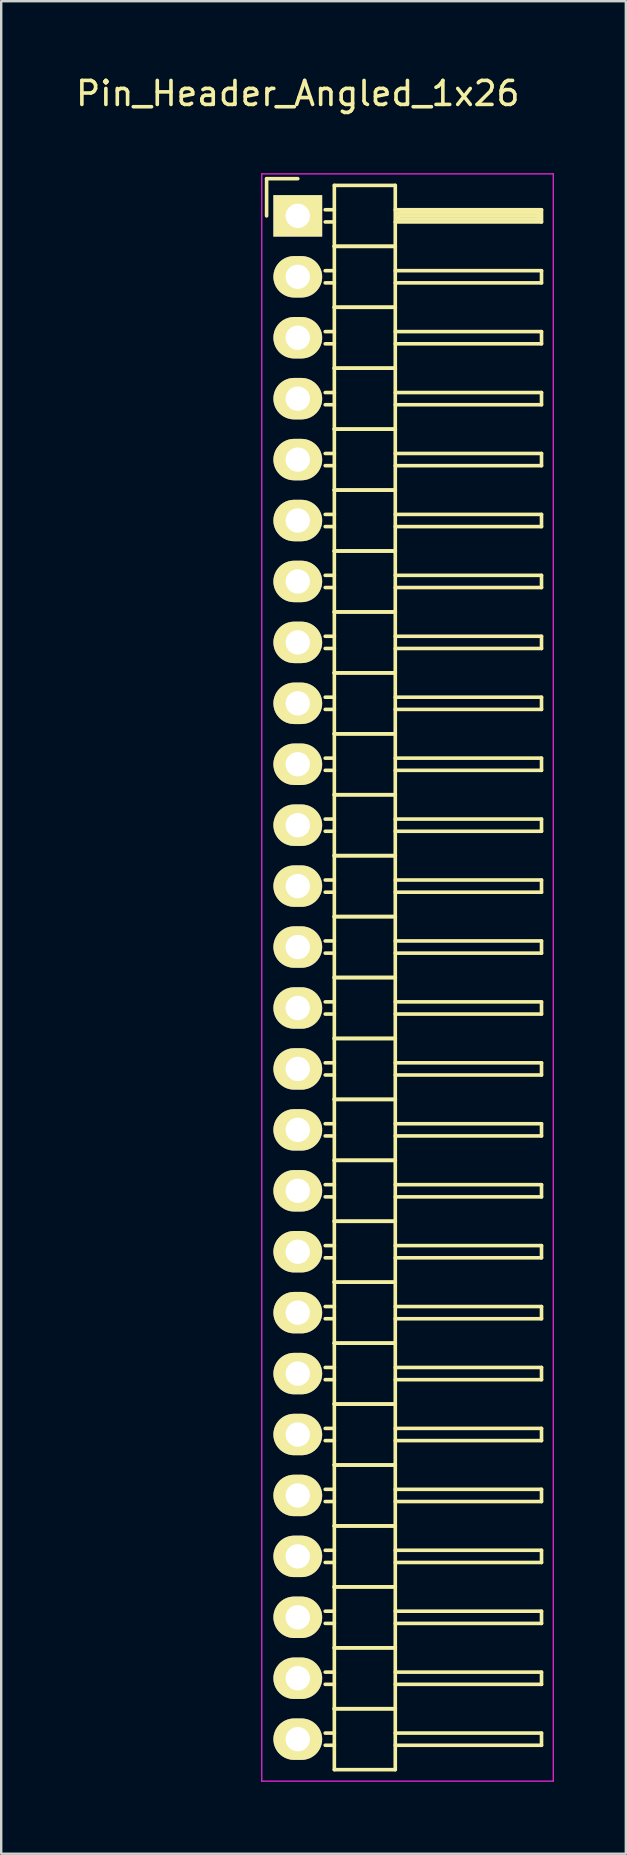
<source format=kicad_pcb>
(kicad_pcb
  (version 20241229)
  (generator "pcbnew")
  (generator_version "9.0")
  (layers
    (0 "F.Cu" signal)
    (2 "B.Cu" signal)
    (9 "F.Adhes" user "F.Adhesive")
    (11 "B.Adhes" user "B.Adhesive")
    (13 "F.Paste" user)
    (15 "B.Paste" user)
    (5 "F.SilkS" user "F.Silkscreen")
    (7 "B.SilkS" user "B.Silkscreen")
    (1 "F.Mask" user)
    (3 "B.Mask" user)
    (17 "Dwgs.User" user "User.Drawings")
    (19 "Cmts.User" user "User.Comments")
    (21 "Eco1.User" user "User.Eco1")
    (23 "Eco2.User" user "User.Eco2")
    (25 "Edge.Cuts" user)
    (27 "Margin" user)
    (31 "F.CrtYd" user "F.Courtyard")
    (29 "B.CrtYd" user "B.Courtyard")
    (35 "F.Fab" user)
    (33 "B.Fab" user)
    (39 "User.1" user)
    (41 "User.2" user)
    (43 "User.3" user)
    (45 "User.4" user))
  (footprint "Pin_Header_Angled_1x26"
    (layer "F.Cu")
    (at 9.363 5.948)
    (property "Reference" "Pin_Header_Angled_1x26" (at 0 -5.1 0) (layer "F.SilkS") (effects (font (size 1 1) (thickness 0.15))))
    (attr through_hole)
    (fp_line (start -1.3 -1.55) (end -1.3 0) (stroke (width 0.15) (type solid)) (layer "F.SilkS"))
    (fp_line (start 0 -1.55) (end -1.3 -1.55) (stroke (width 0.15) (type solid)) (layer "F.SilkS"))
    (fp_line (start 1.524 -1.27) (end 1.524 1.27) (stroke (width 0.15) (type solid)) (layer "F.SilkS"))
    (fp_line (start 1.524 -1.27) (end 4.064 -1.27) (stroke (width 0.15) (type solid)) (layer "F.SilkS"))
    (fp_line (start 1.524 -0.254) (end 1.143 -0.254) (stroke (width 0.15) (type solid)) (layer "F.SilkS"))
    (fp_line (start 1.524 0.254) (end 1.143 0.254) (stroke (width 0.15) (type solid)) (layer "F.SilkS"))
    (fp_line (start 1.524 1.27) (end 1.524 3.81) (stroke (width 0.15) (type solid)) (layer "F.SilkS"))
    (fp_line (start 1.524 1.27) (end 4.064 1.27) (stroke (width 0.15) (type solid)) (layer "F.SilkS"))
    (fp_line (start 1.524 1.27) (end 4.064 1.27) (stroke (width 0.15) (type solid)) (layer "F.SilkS"))
    (fp_line (start 1.524 2.286) (end 1.143 2.286) (stroke (width 0.15) (type solid)) (layer "F.SilkS"))
    (fp_line (start 1.524 2.794) (end 1.143 2.794) (stroke (width 0.15) (type solid)) (layer "F.SilkS"))
    (fp_line (start 1.524 3.81) (end 1.524 6.35) (stroke (width 0.15) (type solid)) (layer "F.SilkS"))
    (fp_line (start 1.524 3.81) (end 4.064 3.81) (stroke (width 0.15) (type solid)) (layer "F.SilkS"))
    (fp_line (start 1.524 3.81) (end 4.064 3.81) (stroke (width 0.15) (type solid)) (layer "F.SilkS"))
    (fp_line (start 1.524 4.826) (end 1.143 4.826) (stroke (width 0.15) (type solid)) (layer "F.SilkS"))
    (fp_line (start 1.524 5.334) (end 1.143 5.334) (stroke (width 0.15) (type solid)) (layer "F.SilkS"))
    (fp_line (start 1.524 6.35) (end 1.524 8.89) (stroke (width 0.15) (type solid)) (layer "F.SilkS"))
    (fp_line (start 1.524 6.35) (end 4.064 6.35) (stroke (width 0.15) (type solid)) (layer "F.SilkS"))
    (fp_line (start 1.524 6.35) (end 4.064 6.35) (stroke (width 0.15) (type solid)) (layer "F.SilkS"))
    (fp_line (start 1.524 7.366) (end 1.143 7.366) (stroke (width 0.15) (type solid)) (layer "F.SilkS"))
    (fp_line (start 1.524 7.874) (end 1.143 7.874) (stroke (width 0.15) (type solid)) (layer "F.SilkS"))
    (fp_line (start 1.524 8.89) (end 1.524 11.43) (stroke (width 0.15) (type solid)) (layer "F.SilkS"))
    (fp_line (start 1.524 8.89) (end 4.064 8.89) (stroke (width 0.15) (type solid)) (layer "F.SilkS"))
    (fp_line (start 1.524 8.89) (end 4.064 8.89) (stroke (width 0.15) (type solid)) (layer "F.SilkS"))
    (fp_line (start 1.524 9.906) (end 1.143 9.906) (stroke (width 0.15) (type solid)) (layer "F.SilkS"))
    (fp_line (start 1.524 10.414) (end 1.143 10.414) (stroke (width 0.15) (type solid)) (layer "F.SilkS"))
    (fp_line (start 1.524 11.43) (end 1.524 13.97) (stroke (width 0.15) (type solid)) (layer "F.SilkS"))
    (fp_line (start 1.524 11.43) (end 4.064 11.43) (stroke (width 0.15) (type solid)) (layer "F.SilkS"))
    (fp_line (start 1.524 11.43) (end 4.064 11.43) (stroke (width 0.15) (type solid)) (layer "F.SilkS"))
    (fp_line (start 1.524 12.446) (end 1.143 12.446) (stroke (width 0.15) (type solid)) (layer "F.SilkS"))
    (fp_line (start 1.524 12.954) (end 1.143 12.954) (stroke (width 0.15) (type solid)) (layer "F.SilkS"))
    (fp_line (start 1.524 13.97) (end 1.524 16.51) (stroke (width 0.15) (type solid)) (layer "F.SilkS"))
    (fp_line (start 1.524 13.97) (end 4.064 13.97) (stroke (width 0.15) (type solid)) (layer "F.SilkS"))
    (fp_line (start 1.524 13.97) (end 4.064 13.97) (stroke (width 0.15) (type solid)) (layer "F.SilkS"))
    (fp_line (start 1.524 14.986) (end 1.143 14.986) (stroke (width 0.15) (type solid)) (layer "F.SilkS"))
    (fp_line (start 1.524 15.494) (end 1.143 15.494) (stroke (width 0.15) (type solid)) (layer "F.SilkS"))
    (fp_line (start 1.524 16.51) (end 1.524 19.05) (stroke (width 0.15) (type solid)) (layer "F.SilkS"))
    (fp_line (start 1.524 16.51) (end 4.064 16.51) (stroke (width 0.15) (type solid)) (layer "F.SilkS"))
    (fp_line (start 1.524 16.51) (end 4.064 16.51) (stroke (width 0.15) (type solid)) (layer "F.SilkS"))
    (fp_line (start 1.524 17.526) (end 1.143 17.526) (stroke (width 0.15) (type solid)) (layer "F.SilkS"))
    (fp_line (start 1.524 18.034) (end 1.143 18.034) (stroke (width 0.15) (type solid)) (layer "F.SilkS"))
    (fp_line (start 1.524 19.05) (end 1.524 21.59) (stroke (width 0.15) (type solid)) (layer "F.SilkS"))
    (fp_line (start 1.524 19.05) (end 4.064 19.05) (stroke (width 0.15) (type solid)) (layer "F.SilkS"))
    (fp_line (start 1.524 19.05) (end 4.064 19.05) (stroke (width 0.15) (type solid)) (layer "F.SilkS"))
    (fp_line (start 1.524 20.066) (end 1.143 20.066) (stroke (width 0.15) (type solid)) (layer "F.SilkS"))
    (fp_line (start 1.524 20.574) (end 1.143 20.574) (stroke (width 0.15) (type solid)) (layer "F.SilkS"))
    (fp_line (start 1.524 21.59) (end 1.524 24.13) (stroke (width 0.15) (type solid)) (layer "F.SilkS"))
    (fp_line (start 1.524 21.59) (end 4.064 21.59) (stroke (width 0.15) (type solid)) (layer "F.SilkS"))
    (fp_line (start 1.524 21.59) (end 4.064 21.59) (stroke (width 0.15) (type solid)) (layer "F.SilkS"))
    (fp_line (start 1.524 22.606) (end 1.143 22.606) (stroke (width 0.15) (type solid)) (layer "F.SilkS"))
    (fp_line (start 1.524 23.114) (end 1.143 23.114) (stroke (width 0.15) (type solid)) (layer "F.SilkS"))
    (fp_line (start 1.524 24.13) (end 1.524 26.67) (stroke (width 0.15) (type solid)) (layer "F.SilkS"))
    (fp_line (start 1.524 24.13) (end 4.064 24.13) (stroke (width 0.15) (type solid)) (layer "F.SilkS"))
    (fp_line (start 1.524 24.13) (end 4.064 24.13) (stroke (width 0.15) (type solid)) (layer "F.SilkS"))
    (fp_line (start 1.524 25.146) (end 1.143 25.146) (stroke (width 0.15) (type solid)) (layer "F.SilkS"))
    (fp_line (start 1.524 25.654) (end 1.143 25.654) (stroke (width 0.15) (type solid)) (layer "F.SilkS"))
    (fp_line (start 1.524 26.67) (end 1.524 29.21) (stroke (width 0.15) (type solid)) (layer "F.SilkS"))
    (fp_line (start 1.524 26.67) (end 4.064 26.67) (stroke (width 0.15) (type solid)) (layer "F.SilkS"))
    (fp_line (start 1.524 26.67) (end 4.064 26.67) (stroke (width 0.15) (type solid)) (layer "F.SilkS"))
    (fp_line (start 1.524 27.686) (end 1.143 27.686) (stroke (width 0.15) (type solid)) (layer "F.SilkS"))
    (fp_line (start 1.524 28.194) (end 1.143 28.194) (stroke (width 0.15) (type solid)) (layer "F.SilkS"))
    (fp_line (start 1.524 29.21) (end 1.524 31.75) (stroke (width 0.15) (type solid)) (layer "F.SilkS"))
    (fp_line (start 1.524 29.21) (end 4.064 29.21) (stroke (width 0.15) (type solid)) (layer "F.SilkS"))
    (fp_line (start 1.524 29.21) (end 4.064 29.21) (stroke (width 0.15) (type solid)) (layer "F.SilkS"))
    (fp_line (start 1.524 30.226) (end 1.143 30.226) (stroke (width 0.15) (type solid)) (layer "F.SilkS"))
    (fp_line (start 1.524 30.734) (end 1.143 30.734) (stroke (width 0.15) (type solid)) (layer "F.SilkS"))
    (fp_line (start 1.524 31.75) (end 1.524 34.29) (stroke (width 0.15) (type solid)) (layer "F.SilkS"))
    (fp_line (start 1.524 31.75) (end 4.064 31.75) (stroke (width 0.15) (type solid)) (layer "F.SilkS"))
    (fp_line (start 1.524 31.75) (end 4.064 31.75) (stroke (width 0.15) (type solid)) (layer "F.SilkS"))
    (fp_line (start 1.524 32.766) (end 1.143 32.766) (stroke (width 0.15) (type solid)) (layer "F.SilkS"))
    (fp_line (start 1.524 33.274) (end 1.143 33.274) (stroke (width 0.15) (type solid)) (layer "F.SilkS"))
    (fp_line (start 1.524 34.29) (end 1.524 36.83) (stroke (width 0.15) (type solid)) (layer "F.SilkS"))
    (fp_line (start 1.524 34.29) (end 4.064 34.29) (stroke (width 0.15) (type solid)) (layer "F.SilkS"))
    (fp_line (start 1.524 34.29) (end 4.064 34.29) (stroke (width 0.15) (type solid)) (layer "F.SilkS"))
    (fp_line (start 1.524 35.306) (end 1.143 35.306) (stroke (width 0.15) (type solid)) (layer "F.SilkS"))
    (fp_line (start 1.524 35.814) (end 1.143 35.814) (stroke (width 0.15) (type solid)) (layer "F.SilkS"))
    (fp_line (start 1.524 36.83) (end 1.524 39.37) (stroke (width 0.15) (type solid)) (layer "F.SilkS"))
    (fp_line (start 1.524 36.83) (end 4.064 36.83) (stroke (width 0.15) (type solid)) (layer "F.SilkS"))
    (fp_line (start 1.524 36.83) (end 4.064 36.83) (stroke (width 0.15) (type solid)) (layer "F.SilkS"))
    (fp_line (start 1.524 37.846) (end 1.143 37.846) (stroke (width 0.15) (type solid)) (layer "F.SilkS"))
    (fp_line (start 1.524 38.354) (end 1.143 38.354) (stroke (width 0.15) (type solid)) (layer "F.SilkS"))
    (fp_line (start 1.524 39.37) (end 1.524 41.91) (stroke (width 0.15) (type solid)) (layer "F.SilkS"))
    (fp_line (start 1.524 39.37) (end 4.064 39.37) (stroke (width 0.15) (type solid)) (layer "F.SilkS"))
    (fp_line (start 1.524 39.37) (end 4.064 39.37) (stroke (width 0.15) (type solid)) (layer "F.SilkS"))
    (fp_line (start 1.524 40.386) (end 1.143 40.386) (stroke (width 0.15) (type solid)) (layer "F.SilkS"))
    (fp_line (start 1.524 40.894) (end 1.143 40.894) (stroke (width 0.15) (type solid)) (layer "F.SilkS"))
    (fp_line (start 1.524 41.91) (end 1.524 44.45) (stroke (width 0.15) (type solid)) (layer "F.SilkS"))
    (fp_line (start 1.524 41.91) (end 4.064 41.91) (stroke (width 0.15) (type solid)) (layer "F.SilkS"))
    (fp_line (start 1.524 41.91) (end 4.064 41.91) (stroke (width 0.15) (type solid)) (layer "F.SilkS"))
    (fp_line (start 1.524 42.926) (end 1.143 42.926) (stroke (width 0.15) (type solid)) (layer "F.SilkS"))
    (fp_line (start 1.524 43.434) (end 1.143 43.434) (stroke (width 0.15) (type solid)) (layer "F.SilkS"))
    (fp_line (start 1.524 44.45) (end 1.524 46.99) (stroke (width 0.15) (type solid)) (layer "F.SilkS"))
    (fp_line (start 1.524 44.45) (end 4.064 44.45) (stroke (width 0.15) (type solid)) (layer "F.SilkS"))
    (fp_line (start 1.524 44.45) (end 4.064 44.45) (stroke (width 0.15) (type solid)) (layer "F.SilkS"))
    (fp_line (start 1.524 45.466) (end 1.143 45.466) (stroke (width 0.15) (type solid)) (layer "F.SilkS"))
    (fp_line (start 1.524 45.974) (end 1.143 45.974) (stroke (width 0.15) (type solid)) (layer "F.SilkS"))
    (fp_line (start 1.524 46.99) (end 1.524 49.53) (stroke (width 0.15) (type solid)) (layer "F.SilkS"))
    (fp_line (start 1.524 46.99) (end 4.064 46.99) (stroke (width 0.15) (type solid)) (layer "F.SilkS"))
    (fp_line (start 1.524 46.99) (end 4.064 46.99) (stroke (width 0.15) (type solid)) (layer "F.SilkS"))
    (fp_line (start 1.524 48.006) (end 1.143 48.006) (stroke (width 0.15) (type solid)) (layer "F.SilkS"))
    (fp_line (start 1.524 48.514) (end 1.143 48.514) (stroke (width 0.15) (type solid)) (layer "F.SilkS"))
    (fp_line (start 1.524 49.53) (end 1.524 52.07) (stroke (width 0.15) (type solid)) (layer "F.SilkS"))
    (fp_line (start 1.524 49.53) (end 4.064 49.53) (stroke (width 0.15) (type solid)) (layer "F.SilkS"))
    (fp_line (start 1.524 49.53) (end 4.064 49.53) (stroke (width 0.15) (type solid)) (layer "F.SilkS"))
    (fp_line (start 1.524 50.546) (end 1.143 50.546) (stroke (width 0.15) (type solid)) (layer "F.SilkS"))
    (fp_line (start 1.524 51.054) (end 1.143 51.054) (stroke (width 0.15) (type solid)) (layer "F.SilkS"))
    (fp_line (start 1.524 52.07) (end 1.524 54.61) (stroke (width 0.15) (type solid)) (layer "F.SilkS"))
    (fp_line (start 1.524 52.07) (end 4.064 52.07) (stroke (width 0.15) (type solid)) (layer "F.SilkS"))
    (fp_line (start 1.524 52.07) (end 4.064 52.07) (stroke (width 0.15) (type solid)) (layer "F.SilkS"))
    (fp_line (start 1.524 53.086) (end 1.143 53.086) (stroke (width 0.15) (type solid)) (layer "F.SilkS"))
    (fp_line (start 1.524 53.594) (end 1.143 53.594) (stroke (width 0.15) (type solid)) (layer "F.SilkS"))
    (fp_line (start 1.524 54.61) (end 1.524 57.15) (stroke (width 0.15) (type solid)) (layer "F.SilkS"))
    (fp_line (start 1.524 54.61) (end 4.064 54.61) (stroke (width 0.15) (type solid)) (layer "F.SilkS"))
    (fp_line (start 1.524 54.61) (end 4.064 54.61) (stroke (width 0.15) (type solid)) (layer "F.SilkS"))
    (fp_line (start 1.524 55.626) (end 1.143 55.626) (stroke (width 0.15) (type solid)) (layer "F.SilkS"))
    (fp_line (start 1.524 56.134) (end 1.143 56.134) (stroke (width 0.15) (type solid)) (layer "F.SilkS"))
    (fp_line (start 1.524 57.15) (end 1.524 59.69) (stroke (width 0.15) (type solid)) (layer "F.SilkS"))
    (fp_line (start 1.524 57.15) (end 4.064 57.15) (stroke (width 0.15) (type solid)) (layer "F.SilkS"))
    (fp_line (start 1.524 57.15) (end 4.064 57.15) (stroke (width 0.15) (type solid)) (layer "F.SilkS"))
    (fp_line (start 1.524 58.166) (end 1.143 58.166) (stroke (width 0.15) (type solid)) (layer "F.SilkS"))
    (fp_line (start 1.524 58.674) (end 1.143 58.674) (stroke (width 0.15) (type solid)) (layer "F.SilkS"))
    (fp_line (start 1.524 59.69) (end 1.524 62.23) (stroke (width 0.15) (type solid)) (layer "F.SilkS"))
    (fp_line (start 1.524 59.69) (end 4.064 59.69) (stroke (width 0.15) (type solid)) (layer "F.SilkS"))
    (fp_line (start 1.524 59.69) (end 4.064 59.69) (stroke (width 0.15) (type solid)) (layer "F.SilkS"))
    (fp_line (start 1.524 60.706) (end 1.143 60.706) (stroke (width 0.15) (type solid)) (layer "F.SilkS"))
    (fp_line (start 1.524 61.214) (end 1.143 61.214) (stroke (width 0.15) (type solid)) (layer "F.SilkS"))
    (fp_line (start 1.524 62.23) (end 1.524 64.77) (stroke (width 0.15) (type solid)) (layer "F.SilkS"))
    (fp_line (start 1.524 62.23) (end 4.064 62.23) (stroke (width 0.15) (type solid)) (layer "F.SilkS"))
    (fp_line (start 1.524 62.23) (end 4.064 62.23) (stroke (width 0.15) (type solid)) (layer "F.SilkS"))
    (fp_line (start 1.524 63.246) (end 1.143 63.246) (stroke (width 0.15) (type solid)) (layer "F.SilkS"))
    (fp_line (start 1.524 63.754) (end 1.143 63.754) (stroke (width 0.15) (type solid)) (layer "F.SilkS"))
    (fp_line (start 1.524 64.77) (end 4.064 64.77) (stroke (width 0.15) (type solid)) (layer "F.SilkS"))
    (fp_line (start 4.064 -0.254) (end 10.16 -0.254) (stroke (width 0.15) (type solid)) (layer "F.SilkS"))
    (fp_line (start 4.064 1.27) (end 4.064 -1.27) (stroke (width 0.15) (type solid)) (layer "F.SilkS"))
    (fp_line (start 4.064 2.286) (end 10.16 2.286) (stroke (width 0.15) (type solid)) (layer "F.SilkS"))
    (fp_line (start 4.064 3.81) (end 4.064 1.27) (stroke (width 0.15) (type solid)) (layer "F.SilkS"))
    (fp_line (start 4.064 4.826) (end 10.16 4.826) (stroke (width 0.15) (type solid)) (layer "F.SilkS"))
    (fp_line (start 4.064 6.35) (end 4.064 3.81) (stroke (width 0.15) (type solid)) (layer "F.SilkS"))
    (fp_line (start 4.064 7.366) (end 10.16 7.366) (stroke (width 0.15) (type solid)) (layer "F.SilkS"))
    (fp_line (start 4.064 8.89) (end 4.064 6.35) (stroke (width 0.15) (type solid)) (layer "F.SilkS"))
    (fp_line (start 4.064 9.906) (end 10.16 9.906) (stroke (width 0.15) (type solid)) (layer "F.SilkS"))
    (fp_line (start 4.064 11.43) (end 4.064 8.89) (stroke (width 0.15) (type solid)) (layer "F.SilkS"))
    (fp_line (start 4.064 12.446) (end 10.16 12.446) (stroke (width 0.15) (type solid)) (layer "F.SilkS"))
    (fp_line (start 4.064 13.97) (end 4.064 11.43) (stroke (width 0.15) (type solid)) (layer "F.SilkS"))
    (fp_line (start 4.064 14.986) (end 10.16 14.986) (stroke (width 0.15) (type solid)) (layer "F.SilkS"))
    (fp_line (start 4.064 16.51) (end 4.064 13.97) (stroke (width 0.15) (type solid)) (layer "F.SilkS"))
    (fp_line (start 4.064 17.526) (end 10.16 17.526) (stroke (width 0.15) (type solid)) (layer "F.SilkS"))
    (fp_line (start 4.064 19.05) (end 4.064 16.51) (stroke (width 0.15) (type solid)) (layer "F.SilkS"))
    (fp_line (start 4.064 20.066) (end 10.16 20.066) (stroke (width 0.15) (type solid)) (layer "F.SilkS"))
    (fp_line (start 4.064 21.59) (end 4.064 19.05) (stroke (width 0.15) (type solid)) (layer "F.SilkS"))
    (fp_line (start 4.064 22.606) (end 10.16 22.606) (stroke (width 0.15) (type solid)) (layer "F.SilkS"))
    (fp_line (start 4.064 24.13) (end 4.064 21.59) (stroke (width 0.15) (type solid)) (layer "F.SilkS"))
    (fp_line (start 4.064 25.146) (end 10.16 25.146) (stroke (width 0.15) (type solid)) (layer "F.SilkS"))
    (fp_line (start 4.064 26.67) (end 4.064 24.13) (stroke (width 0.15) (type solid)) (layer "F.SilkS"))
    (fp_line (start 4.064 27.686) (end 10.16 27.686) (stroke (width 0.15) (type solid)) (layer "F.SilkS"))
    (fp_line (start 4.064 29.21) (end 4.064 26.67) (stroke (width 0.15) (type solid)) (layer "F.SilkS"))
    (fp_line (start 4.064 30.226) (end 10.16 30.226) (stroke (width 0.15) (type solid)) (layer "F.SilkS"))
    (fp_line (start 4.064 31.75) (end 4.064 29.21) (stroke (width 0.15) (type solid)) (layer "F.SilkS"))
    (fp_line (start 4.064 32.766) (end 10.16 32.766) (stroke (width 0.15) (type solid)) (layer "F.SilkS"))
    (fp_line (start 4.064 34.29) (end 4.064 31.75) (stroke (width 0.15) (type solid)) (layer "F.SilkS"))
    (fp_line (start 4.064 35.306) (end 10.16 35.306) (stroke (width 0.15) (type solid)) (layer "F.SilkS"))
    (fp_line (start 4.064 36.83) (end 4.064 34.29) (stroke (width 0.15) (type solid)) (layer "F.SilkS"))
    (fp_line (start 4.064 37.846) (end 10.16 37.846) (stroke (width 0.15) (type solid)) (layer "F.SilkS"))
    (fp_line (start 4.064 39.37) (end 4.064 36.83) (stroke (width 0.15) (type solid)) (layer "F.SilkS"))
    (fp_line (start 4.064 40.386) (end 10.16 40.386) (stroke (width 0.15) (type solid)) (layer "F.SilkS"))
    (fp_line (start 4.064 41.91) (end 4.064 39.37) (stroke (width 0.15) (type solid)) (layer "F.SilkS"))
    (fp_line (start 4.064 42.926) (end 10.16 42.926) (stroke (width 0.15) (type solid)) (layer "F.SilkS"))
    (fp_line (start 4.064 44.45) (end 4.064 41.91) (stroke (width 0.15) (type solid)) (layer "F.SilkS"))
    (fp_line (start 4.064 45.466) (end 10.16 45.466) (stroke (width 0.15) (type solid)) (layer "F.SilkS"))
    (fp_line (start 4.064 46.99) (end 4.064 44.45) (stroke (width 0.15) (type solid)) (layer "F.SilkS"))
    (fp_line (start 4.064 48.006) (end 10.16 48.006) (stroke (width 0.15) (type solid)) (layer "F.SilkS"))
    (fp_line (start 4.064 49.53) (end 4.064 46.99) (stroke (width 0.15) (type solid)) (layer "F.SilkS"))
    (fp_line (start 4.064 50.546) (end 10.16 50.546) (stroke (width 0.15) (type solid)) (layer "F.SilkS"))
    (fp_line (start 4.064 52.07) (end 4.064 49.53) (stroke (width 0.15) (type solid)) (layer "F.SilkS"))
    (fp_line (start 4.064 53.086) (end 10.16 53.086) (stroke (width 0.15) (type solid)) (layer "F.SilkS"))
    (fp_line (start 4.064 54.61) (end 4.064 52.07) (stroke (width 0.15) (type solid)) (layer "F.SilkS"))
    (fp_line (start 4.064 55.626) (end 10.16 55.626) (stroke (width 0.15) (type solid)) (layer "F.SilkS"))
    (fp_line (start 4.064 57.15) (end 4.064 54.61) (stroke (width 0.15) (type solid)) (layer "F.SilkS"))
    (fp_line (start 4.064 58.166) (end 10.16 58.166) (stroke (width 0.15) (type solid)) (layer "F.SilkS"))
    (fp_line (start 4.064 59.69) (end 4.064 57.15) (stroke (width 0.15) (type solid)) (layer "F.SilkS"))
    (fp_line (start 4.064 60.706) (end 10.16 60.706) (stroke (width 0.15) (type solid)) (layer "F.SilkS"))
    (fp_line (start 4.064 62.23) (end 4.064 59.69) (stroke (width 0.15) (type solid)) (layer "F.SilkS"))
    (fp_line (start 4.064 63.246) (end 10.16 63.246) (stroke (width 0.15) (type solid)) (layer "F.SilkS"))
    (fp_line (start 4.064 64.77) (end 4.064 62.23) (stroke (width 0.15) (type solid)) (layer "F.SilkS"))
    (fp_line (start 4.191 -0.127) (end 10.033 -0.127) (stroke (width 0.15) (type solid)) (layer "F.SilkS"))
    (fp_line (start 4.191 0) (end 10.033 0) (stroke (width 0.15) (type solid)) (layer "F.SilkS"))
    (fp_line (start 4.191 0.127) (end 4.191 0) (stroke (width 0.15) (type solid)) (layer "F.SilkS"))
    (fp_line (start 10.033 -0.127) (end 10.033 0.127) (stroke (width 0.15) (type solid)) (layer "F.SilkS"))
    (fp_line (start 10.033 0.127) (end 4.191 0.127) (stroke (width 0.15) (type solid)) (layer "F.SilkS"))
    (fp_line (start 10.16 -0.254) (end 10.16 0.254) (stroke (width 0.15) (type solid)) (layer "F.SilkS"))
    (fp_line (start 10.16 0.254) (end 4.064 0.254) (stroke (width 0.15) (type solid)) (layer "F.SilkS"))
    (fp_line (start 10.16 2.286) (end 10.16 2.794) (stroke (width 0.15) (type solid)) (layer "F.SilkS"))
    (fp_line (start 10.16 2.794) (end 4.064 2.794) (stroke (width 0.15) (type solid)) (layer "F.SilkS"))
    (fp_line (start 10.16 4.826) (end 10.16 5.334) (stroke (width 0.15) (type solid)) (layer "F.SilkS"))
    (fp_line (start 10.16 5.334) (end 4.064 5.334) (stroke (width 0.15) (type solid)) (layer "F.SilkS"))
    (fp_line (start 10.16 7.366) (end 10.16 7.874) (stroke (width 0.15) (type solid)) (layer "F.SilkS"))
    (fp_line (start 10.16 7.874) (end 4.064 7.874) (stroke (width 0.15) (type solid)) (layer "F.SilkS"))
    (fp_line (start 10.16 9.906) (end 10.16 10.414) (stroke (width 0.15) (type solid)) (layer "F.SilkS"))
    (fp_line (start 10.16 10.414) (end 4.064 10.414) (stroke (width 0.15) (type solid)) (layer "F.SilkS"))
    (fp_line (start 10.16 12.446) (end 10.16 12.954) (stroke (width 0.15) (type solid)) (layer "F.SilkS"))
    (fp_line (start 10.16 12.954) (end 4.064 12.954) (stroke (width 0.15) (type solid)) (layer "F.SilkS"))
    (fp_line (start 10.16 14.986) (end 10.16 15.494) (stroke (width 0.15) (type solid)) (layer "F.SilkS"))
    (fp_line (start 10.16 15.494) (end 4.064 15.494) (stroke (width 0.15) (type solid)) (layer "F.SilkS"))
    (fp_line (start 10.16 17.526) (end 10.16 18.034) (stroke (width 0.15) (type solid)) (layer "F.SilkS"))
    (fp_line (start 10.16 18.034) (end 4.064 18.034) (stroke (width 0.15) (type solid)) (layer "F.SilkS"))
    (fp_line (start 10.16 20.066) (end 10.16 20.574) (stroke (width 0.15) (type solid)) (layer "F.SilkS"))
    (fp_line (start 10.16 20.574) (end 4.064 20.574) (stroke (width 0.15) (type solid)) (layer "F.SilkS"))
    (fp_line (start 10.16 22.606) (end 10.16 23.114) (stroke (width 0.15) (type solid)) (layer "F.SilkS"))
    (fp_line (start 10.16 23.114) (end 4.064 23.114) (stroke (width 0.15) (type solid)) (layer "F.SilkS"))
    (fp_line (start 10.16 25.146) (end 10.16 25.654) (stroke (width 0.15) (type solid)) (layer "F.SilkS"))
    (fp_line (start 10.16 25.654) (end 4.064 25.654) (stroke (width 0.15) (type solid)) (layer "F.SilkS"))
    (fp_line (start 10.16 27.686) (end 10.16 28.194) (stroke (width 0.15) (type solid)) (layer "F.SilkS"))
    (fp_line (start 10.16 28.194) (end 4.064 28.194) (stroke (width 0.15) (type solid)) (layer "F.SilkS"))
    (fp_line (start 10.16 30.226) (end 10.16 30.734) (stroke (width 0.15) (type solid)) (layer "F.SilkS"))
    (fp_line (start 10.16 30.734) (end 4.064 30.734) (stroke (width 0.15) (type solid)) (layer "F.SilkS"))
    (fp_line (start 10.16 32.766) (end 10.16 33.274) (stroke (width 0.15) (type solid)) (layer "F.SilkS"))
    (fp_line (start 10.16 33.274) (end 4.064 33.274) (stroke (width 0.15) (type solid)) (layer "F.SilkS"))
    (fp_line (start 10.16 35.306) (end 10.16 35.814) (stroke (width 0.15) (type solid)) (layer "F.SilkS"))
    (fp_line (start 10.16 35.814) (end 4.064 35.814) (stroke (width 0.15) (type solid)) (layer "F.SilkS"))
    (fp_line (start 10.16 37.846) (end 10.16 38.354) (stroke (width 0.15) (type solid)) (layer "F.SilkS"))
    (fp_line (start 10.16 38.354) (end 4.064 38.354) (stroke (width 0.15) (type solid)) (layer "F.SilkS"))
    (fp_line (start 10.16 40.386) (end 10.16 40.894) (stroke (width 0.15) (type solid)) (layer "F.SilkS"))
    (fp_line (start 10.16 40.894) (end 4.064 40.894) (stroke (width 0.15) (type solid)) (layer "F.SilkS"))
    (fp_line (start 10.16 42.926) (end 10.16 43.434) (stroke (width 0.15) (type solid)) (layer "F.SilkS"))
    (fp_line (start 10.16 43.434) (end 4.064 43.434) (stroke (width 0.15) (type solid)) (layer "F.SilkS"))
    (fp_line (start 10.16 45.466) (end 10.16 45.974) (stroke (width 0.15) (type solid)) (layer "F.SilkS"))
    (fp_line (start 10.16 45.974) (end 4.064 45.974) (stroke (width 0.15) (type solid)) (layer "F.SilkS"))
    (fp_line (start 10.16 48.006) (end 10.16 48.514) (stroke (width 0.15) (type solid)) (layer "F.SilkS"))
    (fp_line (start 10.16 48.514) (end 4.064 48.514) (stroke (width 0.15) (type solid)) (layer "F.SilkS"))
    (fp_line (start 10.16 50.546) (end 10.16 51.054) (stroke (width 0.15) (type solid)) (layer "F.SilkS"))
    (fp_line (start 10.16 51.054) (end 4.064 51.054) (stroke (width 0.15) (type solid)) (layer "F.SilkS"))
    (fp_line (start 10.16 53.086) (end 10.16 53.594) (stroke (width 0.15) (type solid)) (layer "F.SilkS"))
    (fp_line (start 10.16 53.594) (end 4.064 53.594) (stroke (width 0.15) (type solid)) (layer "F.SilkS"))
    (fp_line (start 10.16 55.626) (end 10.16 56.134) (stroke (width 0.15) (type solid)) (layer "F.SilkS"))
    (fp_line (start 10.16 56.134) (end 4.064 56.134) (stroke (width 0.15) (type solid)) (layer "F.SilkS"))
    (fp_line (start 10.16 58.166) (end 10.16 58.674) (stroke (width 0.15) (type solid)) (layer "F.SilkS"))
    (fp_line (start 10.16 58.674) (end 4.064 58.674) (stroke (width 0.15) (type solid)) (layer "F.SilkS"))
    (fp_line (start 10.16 60.706) (end 10.16 61.214) (stroke (width 0.15) (type solid)) (layer "F.SilkS"))
    (fp_line (start 10.16 61.214) (end 4.064 61.214) (stroke (width 0.15) (type solid)) (layer "F.SilkS"))
    (fp_line (start 10.16 63.246) (end 10.16 63.754) (stroke (width 0.15) (type solid)) (layer "F.SilkS"))
    (fp_line (start 10.16 63.754) (end 4.064 63.754) (stroke (width 0.15) (type solid)) (layer "F.SilkS"))
    (fp_line (start -1.5 -1.75) (end -1.5 65.25) (stroke (width 0.05) (type solid)) (layer "F.CrtYd"))
    (fp_line (start -1.5 -1.75) (end 10.65 -1.75) (stroke (width 0.05) (type solid)) (layer "F.CrtYd"))
    (fp_line (start -1.5 65.25) (end 10.65 65.25) (stroke (width 0.05) (type solid)) (layer "F.CrtYd"))
    (fp_line (start 10.65 -1.75) (end 10.65 65.25) (stroke (width 0.05) (type solid)) (layer "F.CrtYd"))
    (pad "1" thru_hole rect (at 0 0) (size 2.032 1.727) (drill 1.016) (layers "*.Cu" "*.Mask" "F.SilkS"))
    (pad "2" thru_hole oval (at 0 2.54) (size 2.032 1.727) (drill 1.016) (layers "*.Cu" "*.Mask" "F.SilkS"))
    (pad "3" thru_hole oval (at 0 5.08) (size 2.032 1.727) (drill 1.016) (layers "*.Cu" "*.Mask" "F.SilkS"))
    (pad "4" thru_hole oval (at 0 7.62) (size 2.032 1.727) (drill 1.016) (layers "*.Cu" "*.Mask" "F.SilkS"))
    (pad "5" thru_hole oval (at 0 10.16) (size 2.032 1.727) (drill 1.016) (layers "*.Cu" "*.Mask" "F.SilkS"))
    (pad "6" thru_hole oval (at 0 12.7) (size 2.032 1.727) (drill 1.016) (layers "*.Cu" "*.Mask" "F.SilkS"))
    (pad "7" thru_hole oval (at 0 15.24) (size 2.032 1.727) (drill 1.016) (layers "*.Cu" "*.Mask" "F.SilkS"))
    (pad "8" thru_hole oval (at 0 17.78) (size 2.032 1.727) (drill 1.016) (layers "*.Cu" "*.Mask" "F.SilkS"))
    (pad "9" thru_hole oval (at 0 20.32) (size 2.032 1.727) (drill 1.016) (layers "*.Cu" "*.Mask" "F.SilkS"))
    (pad "10" thru_hole oval (at 0 22.86) (size 2.032 1.727) (drill 1.016) (layers "*.Cu" "*.Mask" "F.SilkS"))
    (pad "11" thru_hole oval (at 0 25.4) (size 2.032 1.727) (drill 1.016) (layers "*.Cu" "*.Mask" "F.SilkS"))
    (pad "12" thru_hole oval (at 0 27.94) (size 2.032 1.727) (drill 1.016) (layers "*.Cu" "*.Mask" "F.SilkS"))
    (pad "13" thru_hole oval (at 0 30.48) (size 2.032 1.727) (drill 1.016) (layers "*.Cu" "*.Mask" "F.SilkS"))
    (pad "14" thru_hole oval (at 0 33.02) (size 2.032 1.727) (drill 1.016) (layers "*.Cu" "*.Mask" "F.SilkS"))
    (pad "15" thru_hole oval (at 0 35.56) (size 2.032 1.727) (drill 1.016) (layers "*.Cu" "*.Mask" "F.SilkS"))
    (pad "16" thru_hole oval (at 0 38.1) (size 2.032 1.727) (drill 1.016) (layers "*.Cu" "*.Mask" "F.SilkS"))
    (pad "17" thru_hole oval (at 0 40.64) (size 2.032 1.727) (drill 1.016) (layers "*.Cu" "*.Mask" "F.SilkS"))
    (pad "18" thru_hole oval (at 0 43.18) (size 2.032 1.727) (drill 1.016) (layers "*.Cu" "*.Mask" "F.SilkS"))
    (pad "19" thru_hole oval (at 0 45.72) (size 2.032 1.727) (drill 1.016) (layers "*.Cu" "*.Mask" "F.SilkS"))
    (pad "20" thru_hole oval (at 0 48.26) (size 2.032 1.727) (drill 1.016) (layers "*.Cu" "*.Mask" "F.SilkS"))
    (pad "21" thru_hole oval (at 0 50.8) (size 2.032 1.727) (drill 1.016) (layers "*.Cu" "*.Mask" "F.SilkS"))
    (pad "22" thru_hole oval (at 0 53.34) (size 2.032 1.727) (drill 1.016) (layers "*.Cu" "*.Mask" "F.SilkS"))
    (pad "23" thru_hole oval (at 0 55.88) (size 2.032 1.727) (drill 1.016) (layers "*.Cu" "*.Mask" "F.SilkS"))
    (pad "24" thru_hole oval (at 0 58.42) (size 2.032 1.727) (drill 1.016) (layers "*.Cu" "*.Mask" "F.SilkS"))
    (pad "25" thru_hole oval (at 0 60.96) (size 2.032 1.727) (drill 1.016) (layers "*.Cu" "*.Mask" "F.SilkS"))
    (pad "26" thru_hole oval (at 0 63.5) (size 2.032 1.727) (drill 1.016) (layers "*.Cu" "*.Mask" "F.SilkS")))
  (gr_rect
    (start -3 -3)
    (end 23.038 74.223)
    (stroke (width 0.1) (type default))
    (fill no)
    (layer "Edge.Cuts")))
</source>
